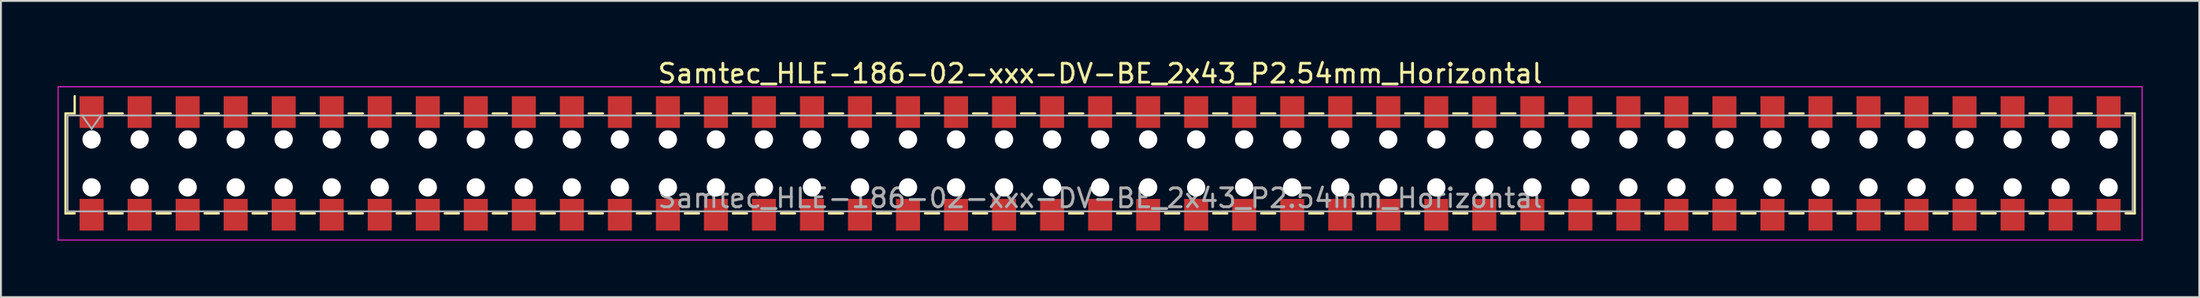
<source format=kicad_pcb>
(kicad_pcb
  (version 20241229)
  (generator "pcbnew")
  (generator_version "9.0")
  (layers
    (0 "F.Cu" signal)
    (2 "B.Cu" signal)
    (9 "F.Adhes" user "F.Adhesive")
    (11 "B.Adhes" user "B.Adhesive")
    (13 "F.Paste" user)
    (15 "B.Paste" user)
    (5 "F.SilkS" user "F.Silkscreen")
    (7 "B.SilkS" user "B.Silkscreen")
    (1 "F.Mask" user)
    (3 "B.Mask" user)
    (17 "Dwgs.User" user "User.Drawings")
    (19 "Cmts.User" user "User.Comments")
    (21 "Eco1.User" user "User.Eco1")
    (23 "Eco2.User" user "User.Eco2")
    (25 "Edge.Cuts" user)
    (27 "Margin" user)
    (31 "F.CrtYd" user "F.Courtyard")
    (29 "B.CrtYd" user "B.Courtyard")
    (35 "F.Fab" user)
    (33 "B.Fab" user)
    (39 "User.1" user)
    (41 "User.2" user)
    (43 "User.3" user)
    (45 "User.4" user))
  (footprint "Samtec_HLE-186-02-xxx-DV-BE_2x43_P2.54mm_Horizontal"
    (layer "F.Cu")
    (at 55.135 5.608)
    (property "Reference" "Samtec_HLE-186-02-xxx-DV-BE_2x43_P2.54mm_Horizontal" (at 0 -4.76 0) (layer "F.SilkS") (effects (font (size 1 1) (thickness 0.15))))
    (attr smd)
    (fp_line (start -54.72 -2.65) (end -54.72 2.65) (stroke (width 0.12) (type solid)) (layer "F.SilkS"))
    (fp_line (start -54.72 2.65) (end -54.235 2.65) (stroke (width 0.12) (type solid)) (layer "F.SilkS"))
    (fp_line (start -54.235 -3.56) (end -54.235 -2.65) (stroke (width 0.12) (type solid)) (layer "F.SilkS"))
    (fp_line (start -54.235 -2.65) (end -54.72 -2.65) (stroke (width 0.12) (type solid)) (layer "F.SilkS"))
    (fp_line (start -52.445 -2.65) (end -51.695 -2.65) (stroke (width 0.12) (type solid)) (layer "F.SilkS"))
    (fp_line (start -52.445 2.65) (end -51.695 2.65) (stroke (width 0.12) (type solid)) (layer "F.SilkS"))
    (fp_line (start -49.905 -2.65) (end -49.155 -2.65) (stroke (width 0.12) (type solid)) (layer "F.SilkS"))
    (fp_line (start -49.905 2.65) (end -49.155 2.65) (stroke (width 0.12) (type solid)) (layer "F.SilkS"))
    (fp_line (start -47.365 -2.65) (end -46.615 -2.65) (stroke (width 0.12) (type solid)) (layer "F.SilkS"))
    (fp_line (start -47.365 2.65) (end -46.615 2.65) (stroke (width 0.12) (type solid)) (layer "F.SilkS"))
    (fp_line (start -44.825 -2.65) (end -44.075 -2.65) (stroke (width 0.12) (type solid)) (layer "F.SilkS"))
    (fp_line (start -44.825 2.65) (end -44.075 2.65) (stroke (width 0.12) (type solid)) (layer "F.SilkS"))
    (fp_line (start -42.285 -2.65) (end -41.535 -2.65) (stroke (width 0.12) (type solid)) (layer "F.SilkS"))
    (fp_line (start -42.285 2.65) (end -41.535 2.65) (stroke (width 0.12) (type solid)) (layer "F.SilkS"))
    (fp_line (start -39.745 -2.65) (end -38.995 -2.65) (stroke (width 0.12) (type solid)) (layer "F.SilkS"))
    (fp_line (start -39.745 2.65) (end -38.995 2.65) (stroke (width 0.12) (type solid)) (layer "F.SilkS"))
    (fp_line (start -37.205 -2.65) (end -36.455 -2.65) (stroke (width 0.12) (type solid)) (layer "F.SilkS"))
    (fp_line (start -37.205 2.65) (end -36.455 2.65) (stroke (width 0.12) (type solid)) (layer "F.SilkS"))
    (fp_line (start -34.665 -2.65) (end -33.915 -2.65) (stroke (width 0.12) (type solid)) (layer "F.SilkS"))
    (fp_line (start -34.665 2.65) (end -33.915 2.65) (stroke (width 0.12) (type solid)) (layer "F.SilkS"))
    (fp_line (start -32.125 -2.65) (end -31.375 -2.65) (stroke (width 0.12) (type solid)) (layer "F.SilkS"))
    (fp_line (start -32.125 2.65) (end -31.375 2.65) (stroke (width 0.12) (type solid)) (layer "F.SilkS"))
    (fp_line (start -29.585 -2.65) (end -28.835 -2.65) (stroke (width 0.12) (type solid)) (layer "F.SilkS"))
    (fp_line (start -29.585 2.65) (end -28.835 2.65) (stroke (width 0.12) (type solid)) (layer "F.SilkS"))
    (fp_line (start -27.045 -2.65) (end -26.295 -2.65) (stroke (width 0.12) (type solid)) (layer "F.SilkS"))
    (fp_line (start -27.045 2.65) (end -26.295 2.65) (stroke (width 0.12) (type solid)) (layer "F.SilkS"))
    (fp_line (start -24.505 -2.65) (end -23.755 -2.65) (stroke (width 0.12) (type solid)) (layer "F.SilkS"))
    (fp_line (start -24.505 2.65) (end -23.755 2.65) (stroke (width 0.12) (type solid)) (layer "F.SilkS"))
    (fp_line (start -21.965 -2.65) (end -21.215 -2.65) (stroke (width 0.12) (type solid)) (layer "F.SilkS"))
    (fp_line (start -21.965 2.65) (end -21.215 2.65) (stroke (width 0.12) (type solid)) (layer "F.SilkS"))
    (fp_line (start -19.425 -2.65) (end -18.675 -2.65) (stroke (width 0.12) (type solid)) (layer "F.SilkS"))
    (fp_line (start -19.425 2.65) (end -18.675 2.65) (stroke (width 0.12) (type solid)) (layer "F.SilkS"))
    (fp_line (start -16.885 -2.65) (end -16.135 -2.65) (stroke (width 0.12) (type solid)) (layer "F.SilkS"))
    (fp_line (start -16.885 2.65) (end -16.135 2.65) (stroke (width 0.12) (type solid)) (layer "F.SilkS"))
    (fp_line (start -14.345 -2.65) (end -13.595 -2.65) (stroke (width 0.12) (type solid)) (layer "F.SilkS"))
    (fp_line (start -14.345 2.65) (end -13.595 2.65) (stroke (width 0.12) (type solid)) (layer "F.SilkS"))
    (fp_line (start -11.805 -2.65) (end -11.055 -2.65) (stroke (width 0.12) (type solid)) (layer "F.SilkS"))
    (fp_line (start -11.805 2.65) (end -11.055 2.65) (stroke (width 0.12) (type solid)) (layer "F.SilkS"))
    (fp_line (start -9.265 -2.65) (end -8.515 -2.65) (stroke (width 0.12) (type solid)) (layer "F.SilkS"))
    (fp_line (start -9.265 2.65) (end -8.515 2.65) (stroke (width 0.12) (type solid)) (layer "F.SilkS"))
    (fp_line (start -6.725 -2.65) (end -5.975 -2.65) (stroke (width 0.12) (type solid)) (layer "F.SilkS"))
    (fp_line (start -6.725 2.65) (end -5.975 2.65) (stroke (width 0.12) (type solid)) (layer "F.SilkS"))
    (fp_line (start -4.185 -2.65) (end -3.435 -2.65) (stroke (width 0.12) (type solid)) (layer "F.SilkS"))
    (fp_line (start -4.185 2.65) (end -3.435 2.65) (stroke (width 0.12) (type solid)) (layer "F.SilkS"))
    (fp_line (start -1.645 -2.65) (end -0.895 -2.65) (stroke (width 0.12) (type solid)) (layer "F.SilkS"))
    (fp_line (start -1.645 2.65) (end -0.895 2.65) (stroke (width 0.12) (type solid)) (layer "F.SilkS"))
    (fp_line (start 0.895 -2.65) (end 1.645 -2.65) (stroke (width 0.12) (type solid)) (layer "F.SilkS"))
    (fp_line (start 0.895 2.65) (end 1.645 2.65) (stroke (width 0.12) (type solid)) (layer "F.SilkS"))
    (fp_line (start 3.435 -2.65) (end 4.185 -2.65) (stroke (width 0.12) (type solid)) (layer "F.SilkS"))
    (fp_line (start 3.435 2.65) (end 4.185 2.65) (stroke (width 0.12) (type solid)) (layer "F.SilkS"))
    (fp_line (start 5.975 -2.65) (end 6.725 -2.65) (stroke (width 0.12) (type solid)) (layer "F.SilkS"))
    (fp_line (start 5.975 2.65) (end 6.725 2.65) (stroke (width 0.12) (type solid)) (layer "F.SilkS"))
    (fp_line (start 8.515 -2.65) (end 9.265 -2.65) (stroke (width 0.12) (type solid)) (layer "F.SilkS"))
    (fp_line (start 8.515 2.65) (end 9.265 2.65) (stroke (width 0.12) (type solid)) (layer "F.SilkS"))
    (fp_line (start 11.055 -2.65) (end 11.805 -2.65) (stroke (width 0.12) (type solid)) (layer "F.SilkS"))
    (fp_line (start 11.055 2.65) (end 11.805 2.65) (stroke (width 0.12) (type solid)) (layer "F.SilkS"))
    (fp_line (start 13.595 -2.65) (end 14.345 -2.65) (stroke (width 0.12) (type solid)) (layer "F.SilkS"))
    (fp_line (start 13.595 2.65) (end 14.345 2.65) (stroke (width 0.12) (type solid)) (layer "F.SilkS"))
    (fp_line (start 16.135 -2.65) (end 16.885 -2.65) (stroke (width 0.12) (type solid)) (layer "F.SilkS"))
    (fp_line (start 16.135 2.65) (end 16.885 2.65) (stroke (width 0.12) (type solid)) (layer "F.SilkS"))
    (fp_line (start 18.675 -2.65) (end 19.425 -2.65) (stroke (width 0.12) (type solid)) (layer "F.SilkS"))
    (fp_line (start 18.675 2.65) (end 19.425 2.65) (stroke (width 0.12) (type solid)) (layer "F.SilkS"))
    (fp_line (start 21.215 -2.65) (end 21.965 -2.65) (stroke (width 0.12) (type solid)) (layer "F.SilkS"))
    (fp_line (start 21.215 2.65) (end 21.965 2.65) (stroke (width 0.12) (type solid)) (layer "F.SilkS"))
    (fp_line (start 23.755 -2.65) (end 24.505 -2.65) (stroke (width 0.12) (type solid)) (layer "F.SilkS"))
    (fp_line (start 23.755 2.65) (end 24.505 2.65) (stroke (width 0.12) (type solid)) (layer "F.SilkS"))
    (fp_line (start 26.295 -2.65) (end 27.045 -2.65) (stroke (width 0.12) (type solid)) (layer "F.SilkS"))
    (fp_line (start 26.295 2.65) (end 27.045 2.65) (stroke (width 0.12) (type solid)) (layer "F.SilkS"))
    (fp_line (start 28.835 -2.65) (end 29.585 -2.65) (stroke (width 0.12) (type solid)) (layer "F.SilkS"))
    (fp_line (start 28.835 2.65) (end 29.585 2.65) (stroke (width 0.12) (type solid)) (layer "F.SilkS"))
    (fp_line (start 31.375 -2.65) (end 32.125 -2.65) (stroke (width 0.12) (type solid)) (layer "F.SilkS"))
    (fp_line (start 31.375 2.65) (end 32.125 2.65) (stroke (width 0.12) (type solid)) (layer "F.SilkS"))
    (fp_line (start 33.915 -2.65) (end 34.665 -2.65) (stroke (width 0.12) (type solid)) (layer "F.SilkS"))
    (fp_line (start 33.915 2.65) (end 34.665 2.65) (stroke (width 0.12) (type solid)) (layer "F.SilkS"))
    (fp_line (start 36.455 -2.65) (end 37.205 -2.65) (stroke (width 0.12) (type solid)) (layer "F.SilkS"))
    (fp_line (start 36.455 2.65) (end 37.205 2.65) (stroke (width 0.12) (type solid)) (layer "F.SilkS"))
    (fp_line (start 38.995 -2.65) (end 39.745 -2.65) (stroke (width 0.12) (type solid)) (layer "F.SilkS"))
    (fp_line (start 38.995 2.65) (end 39.745 2.65) (stroke (width 0.12) (type solid)) (layer "F.SilkS"))
    (fp_line (start 41.535 -2.65) (end 42.285 -2.65) (stroke (width 0.12) (type solid)) (layer "F.SilkS"))
    (fp_line (start 41.535 2.65) (end 42.285 2.65) (stroke (width 0.12) (type solid)) (layer "F.SilkS"))
    (fp_line (start 44.075 -2.65) (end 44.825 -2.65) (stroke (width 0.12) (type solid)) (layer "F.SilkS"))
    (fp_line (start 44.075 2.65) (end 44.825 2.65) (stroke (width 0.12) (type solid)) (layer "F.SilkS"))
    (fp_line (start 46.615 -2.65) (end 47.365 -2.65) (stroke (width 0.12) (type solid)) (layer "F.SilkS"))
    (fp_line (start 46.615 2.65) (end 47.365 2.65) (stroke (width 0.12) (type solid)) (layer "F.SilkS"))
    (fp_line (start 49.155 -2.65) (end 49.905 -2.65) (stroke (width 0.12) (type solid)) (layer "F.SilkS"))
    (fp_line (start 49.155 2.65) (end 49.905 2.65) (stroke (width 0.12) (type solid)) (layer "F.SilkS"))
    (fp_line (start 51.695 -2.65) (end 52.445 -2.65) (stroke (width 0.12) (type solid)) (layer "F.SilkS"))
    (fp_line (start 51.695 2.65) (end 52.445 2.65) (stroke (width 0.12) (type solid)) (layer "F.SilkS"))
    (fp_line (start 54.235 -2.65) (end 54.72 -2.65) (stroke (width 0.12) (type solid)) (layer "F.SilkS"))
    (fp_line (start 54.72 -2.65) (end 54.72 2.65) (stroke (width 0.12) (type solid)) (layer "F.SilkS"))
    (fp_line (start 54.72 2.65) (end 54.235 2.65) (stroke (width 0.12) (type solid)) (layer "F.SilkS"))
    (fp_line (start -55.11 -4.06) (end 55.11 -4.06) (stroke (width 0.05) (type solid)) (layer "F.CrtYd"))
    (fp_line (start -55.11 4.06) (end -55.11 -4.06) (stroke (width 0.05) (type solid)) (layer "F.CrtYd"))
    (fp_line (start 55.11 -4.06) (end 55.11 4.06) (stroke (width 0.05) (type solid)) (layer "F.CrtYd"))
    (fp_line (start 55.11 4.06) (end -55.11 4.06) (stroke (width 0.05) (type solid)) (layer "F.CrtYd"))
    (fp_line (start -54.61 -2.54) (end 54.61 -2.54) (stroke (width 0.1) (type solid)) (layer "F.Fab"))
    (fp_line (start -54.61 2.54) (end -54.61 -2.54) (stroke (width 0.1) (type solid)) (layer "F.Fab"))
    (fp_line (start -53.84 -2.54) (end -53.34 -1.833) (stroke (width 0.1) (type solid)) (layer "F.Fab"))
    (fp_line (start -53.34 -1.833) (end -52.84 -2.54) (stroke (width 0.1) (type solid)) (layer "F.Fab"))
    (fp_line (start 54.61 -2.54) (end 54.61 2.54) (stroke (width 0.1) (type solid)) (layer "F.Fab"))
    (fp_line (start 54.61 2.54) (end -54.61 2.54) (stroke (width 0.1) (type solid)) (layer "F.Fab"))
    (fp_text user "${REFERENCE}" (at 0 1.84 0) (layer "F.Fab") (effects (font (size 1 1) (thickness 0.15))))
    (pad "" np_thru_hole circle (at -53.34 -1.27) (size 0.97 0.97) (drill 0.97) (layers "*.Cu" "*.Mask"))
    (pad "" np_thru_hole circle (at -53.34 1.27) (size 0.97 0.97) (drill 0.97) (layers "*.Cu" "*.Mask"))
    (pad "" np_thru_hole circle (at -50.8 -1.27) (size 0.97 0.97) (drill 0.97) (layers "*.Cu" "*.Mask"))
    (pad "" np_thru_hole circle (at -50.8 1.27) (size 0.97 0.97) (drill 0.97) (layers "*.Cu" "*.Mask"))
    (pad "" np_thru_hole circle (at -48.26 -1.27) (size 0.97 0.97) (drill 0.97) (layers "*.Cu" "*.Mask"))
    (pad "" np_thru_hole circle (at -48.26 1.27) (size 0.97 0.97) (drill 0.97) (layers "*.Cu" "*.Mask"))
    (pad "" np_thru_hole circle (at -45.72 -1.27) (size 0.97 0.97) (drill 0.97) (layers "*.Cu" "*.Mask"))
    (pad "" np_thru_hole circle (at -45.72 1.27) (size 0.97 0.97) (drill 0.97) (layers "*.Cu" "*.Mask"))
    (pad "" np_thru_hole circle (at -43.18 -1.27) (size 0.97 0.97) (drill 0.97) (layers "*.Cu" "*.Mask"))
    (pad "" np_thru_hole circle (at -43.18 1.27) (size 0.97 0.97) (drill 0.97) (layers "*.Cu" "*.Mask"))
    (pad "" np_thru_hole circle (at -40.64 -1.27) (size 0.97 0.97) (drill 0.97) (layers "*.Cu" "*.Mask"))
    (pad "" np_thru_hole circle (at -40.64 1.27) (size 0.97 0.97) (drill 0.97) (layers "*.Cu" "*.Mask"))
    (pad "" np_thru_hole circle (at -38.1 -1.27) (size 0.97 0.97) (drill 0.97) (layers "*.Cu" "*.Mask"))
    (pad "" np_thru_hole circle (at -38.1 1.27) (size 0.97 0.97) (drill 0.97) (layers "*.Cu" "*.Mask"))
    (pad "" np_thru_hole circle (at -35.56 -1.27) (size 0.97 0.97) (drill 0.97) (layers "*.Cu" "*.Mask"))
    (pad "" np_thru_hole circle (at -35.56 1.27) (size 0.97 0.97) (drill 0.97) (layers "*.Cu" "*.Mask"))
    (pad "" np_thru_hole circle (at -33.02 -1.27) (size 0.97 0.97) (drill 0.97) (layers "*.Cu" "*.Mask"))
    (pad "" np_thru_hole circle (at -33.02 1.27) (size 0.97 0.97) (drill 0.97) (layers "*.Cu" "*.Mask"))
    (pad "" np_thru_hole circle (at -30.48 -1.27) (size 0.97 0.97) (drill 0.97) (layers "*.Cu" "*.Mask"))
    (pad "" np_thru_hole circle (at -30.48 1.27) (size 0.97 0.97) (drill 0.97) (layers "*.Cu" "*.Mask"))
    (pad "" np_thru_hole circle (at -27.94 -1.27) (size 0.97 0.97) (drill 0.97) (layers "*.Cu" "*.Mask"))
    (pad "" np_thru_hole circle (at -27.94 1.27) (size 0.97 0.97) (drill 0.97) (layers "*.Cu" "*.Mask"))
    (pad "" np_thru_hole circle (at -25.4 -1.27) (size 0.97 0.97) (drill 0.97) (layers "*.Cu" "*.Mask"))
    (pad "" np_thru_hole circle (at -25.4 1.27) (size 0.97 0.97) (drill 0.97) (layers "*.Cu" "*.Mask"))
    (pad "" np_thru_hole circle (at -22.86 -1.27) (size 0.97 0.97) (drill 0.97) (layers "*.Cu" "*.Mask"))
    (pad "" np_thru_hole circle (at -22.86 1.27) (size 0.97 0.97) (drill 0.97) (layers "*.Cu" "*.Mask"))
    (pad "" np_thru_hole circle (at -20.32 -1.27) (size 0.97 0.97) (drill 0.97) (layers "*.Cu" "*.Mask"))
    (pad "" np_thru_hole circle (at -20.32 1.27) (size 0.97 0.97) (drill 0.97) (layers "*.Cu" "*.Mask"))
    (pad "" np_thru_hole circle (at -17.78 -1.27) (size 0.97 0.97) (drill 0.97) (layers "*.Cu" "*.Mask"))
    (pad "" np_thru_hole circle (at -17.78 1.27) (size 0.97 0.97) (drill 0.97) (layers "*.Cu" "*.Mask"))
    (pad "" np_thru_hole circle (at -15.24 -1.27) (size 0.97 0.97) (drill 0.97) (layers "*.Cu" "*.Mask"))
    (pad "" np_thru_hole circle (at -15.24 1.27) (size 0.97 0.97) (drill 0.97) (layers "*.Cu" "*.Mask"))
    (pad "" np_thru_hole circle (at -12.7 -1.27) (size 0.97 0.97) (drill 0.97) (layers "*.Cu" "*.Mask"))
    (pad "" np_thru_hole circle (at -12.7 1.27) (size 0.97 0.97) (drill 0.97) (layers "*.Cu" "*.Mask"))
    (pad "" np_thru_hole circle (at -10.16 -1.27) (size 0.97 0.97) (drill 0.97) (layers "*.Cu" "*.Mask"))
    (pad "" np_thru_hole circle (at -10.16 1.27) (size 0.97 0.97) (drill 0.97) (layers "*.Cu" "*.Mask"))
    (pad "" np_thru_hole circle (at -7.62 -1.27) (size 0.97 0.97) (drill 0.97) (layers "*.Cu" "*.Mask"))
    (pad "" np_thru_hole circle (at -7.62 1.27) (size 0.97 0.97) (drill 0.97) (layers "*.Cu" "*.Mask"))
    (pad "" np_thru_hole circle (at -5.08 -1.27) (size 0.97 0.97) (drill 0.97) (layers "*.Cu" "*.Mask"))
    (pad "" np_thru_hole circle (at -5.08 1.27) (size 0.97 0.97) (drill 0.97) (layers "*.Cu" "*.Mask"))
    (pad "" np_thru_hole circle (at -2.54 -1.27) (size 0.97 0.97) (drill 0.97) (layers "*.Cu" "*.Mask"))
    (pad "" np_thru_hole circle (at -2.54 1.27) (size 0.97 0.97) (drill 0.97) (layers "*.Cu" "*.Mask"))
    (pad "" np_thru_hole circle (at 0 -1.27) (size 0.97 0.97) (drill 0.97) (layers "*.Cu" "*.Mask"))
    (pad "" np_thru_hole circle (at 0 1.27) (size 0.97 0.97) (drill 0.97) (layers "*.Cu" "*.Mask"))
    (pad "" np_thru_hole circle (at 2.54 -1.27) (size 0.97 0.97) (drill 0.97) (layers "*.Cu" "*.Mask"))
    (pad "" np_thru_hole circle (at 2.54 1.27) (size 0.97 0.97) (drill 0.97) (layers "*.Cu" "*.Mask"))
    (pad "" np_thru_hole circle (at 5.08 -1.27) (size 0.97 0.97) (drill 0.97) (layers "*.Cu" "*.Mask"))
    (pad "" np_thru_hole circle (at 5.08 1.27) (size 0.97 0.97) (drill 0.97) (layers "*.Cu" "*.Mask"))
    (pad "" np_thru_hole circle (at 7.62 -1.27) (size 0.97 0.97) (drill 0.97) (layers "*.Cu" "*.Mask"))
    (pad "" np_thru_hole circle (at 7.62 1.27) (size 0.97 0.97) (drill 0.97) (layers "*.Cu" "*.Mask"))
    (pad "" np_thru_hole circle (at 10.16 -1.27) (size 0.97 0.97) (drill 0.97) (layers "*.Cu" "*.Mask"))
    (pad "" np_thru_hole circle (at 10.16 1.27) (size 0.97 0.97) (drill 0.97) (layers "*.Cu" "*.Mask"))
    (pad "" np_thru_hole circle (at 12.7 -1.27) (size 0.97 0.97) (drill 0.97) (layers "*.Cu" "*.Mask"))
    (pad "" np_thru_hole circle (at 12.7 1.27) (size 0.97 0.97) (drill 0.97) (layers "*.Cu" "*.Mask"))
    (pad "" np_thru_hole circle (at 15.24 -1.27) (size 0.97 0.97) (drill 0.97) (layers "*.Cu" "*.Mask"))
    (pad "" np_thru_hole circle (at 15.24 1.27) (size 0.97 0.97) (drill 0.97) (layers "*.Cu" "*.Mask"))
    (pad "" np_thru_hole circle (at 17.78 -1.27) (size 0.97 0.97) (drill 0.97) (layers "*.Cu" "*.Mask"))
    (pad "" np_thru_hole circle (at 17.78 1.27) (size 0.97 0.97) (drill 0.97) (layers "*.Cu" "*.Mask"))
    (pad "" np_thru_hole circle (at 20.32 -1.27) (size 0.97 0.97) (drill 0.97) (layers "*.Cu" "*.Mask"))
    (pad "" np_thru_hole circle (at 20.32 1.27) (size 0.97 0.97) (drill 0.97) (layers "*.Cu" "*.Mask"))
    (pad "" np_thru_hole circle (at 22.86 -1.27) (size 0.97 0.97) (drill 0.97) (layers "*.Cu" "*.Mask"))
    (pad "" np_thru_hole circle (at 22.86 1.27) (size 0.97 0.97) (drill 0.97) (layers "*.Cu" "*.Mask"))
    (pad "" np_thru_hole circle (at 25.4 -1.27) (size 0.97 0.97) (drill 0.97) (layers "*.Cu" "*.Mask"))
    (pad "" np_thru_hole circle (at 25.4 1.27) (size 0.97 0.97) (drill 0.97) (layers "*.Cu" "*.Mask"))
    (pad "" np_thru_hole circle (at 27.94 -1.27) (size 0.97 0.97) (drill 0.97) (layers "*.Cu" "*.Mask"))
    (pad "" np_thru_hole circle (at 27.94 1.27) (size 0.97 0.97) (drill 0.97) (layers "*.Cu" "*.Mask"))
    (pad "" np_thru_hole circle (at 30.48 -1.27) (size 0.97 0.97) (drill 0.97) (layers "*.Cu" "*.Mask"))
    (pad "" np_thru_hole circle (at 30.48 1.27) (size 0.97 0.97) (drill 0.97) (layers "*.Cu" "*.Mask"))
    (pad "" np_thru_hole circle (at 33.02 -1.27) (size 0.97 0.97) (drill 0.97) (layers "*.Cu" "*.Mask"))
    (pad "" np_thru_hole circle (at 33.02 1.27) (size 0.97 0.97) (drill 0.97) (layers "*.Cu" "*.Mask"))
    (pad "" np_thru_hole circle (at 35.56 -1.27) (size 0.97 0.97) (drill 0.97) (layers "*.Cu" "*.Mask"))
    (pad "" np_thru_hole circle (at 35.56 1.27) (size 0.97 0.97) (drill 0.97) (layers "*.Cu" "*.Mask"))
    (pad "" np_thru_hole circle (at 38.1 -1.27) (size 0.97 0.97) (drill 0.97) (layers "*.Cu" "*.Mask"))
    (pad "" np_thru_hole circle (at 38.1 1.27) (size 0.97 0.97) (drill 0.97) (layers "*.Cu" "*.Mask"))
    (pad "" np_thru_hole circle (at 40.64 -1.27) (size 0.97 0.97) (drill 0.97) (layers "*.Cu" "*.Mask"))
    (pad "" np_thru_hole circle (at 40.64 1.27) (size 0.97 0.97) (drill 0.97) (layers "*.Cu" "*.Mask"))
    (pad "" np_thru_hole circle (at 43.18 -1.27) (size 0.97 0.97) (drill 0.97) (layers "*.Cu" "*.Mask"))
    (pad "" np_thru_hole circle (at 43.18 1.27) (size 0.97 0.97) (drill 0.97) (layers "*.Cu" "*.Mask"))
    (pad "" np_thru_hole circle (at 45.72 -1.27) (size 0.97 0.97) (drill 0.97) (layers "*.Cu" "*.Mask"))
    (pad "" np_thru_hole circle (at 45.72 1.27) (size 0.97 0.97) (drill 0.97) (layers "*.Cu" "*.Mask"))
    (pad "" np_thru_hole circle (at 48.26 -1.27) (size 0.97 0.97) (drill 0.97) (layers "*.Cu" "*.Mask"))
    (pad "" np_thru_hole circle (at 48.26 1.27) (size 0.97 0.97) (drill 0.97) (layers "*.Cu" "*.Mask"))
    (pad "" np_thru_hole circle (at 50.8 -1.27) (size 0.97 0.97) (drill 0.97) (layers "*.Cu" "*.Mask"))
    (pad "" np_thru_hole circle (at 50.8 1.27) (size 0.97 0.97) (drill 0.97) (layers "*.Cu" "*.Mask"))
    (pad "" np_thru_hole circle (at 53.34 -1.27) (size 0.97 0.97) (drill 0.97) (layers "*.Cu" "*.Mask"))
    (pad "" np_thru_hole circle (at 53.34 1.27) (size 0.97 0.97) (drill 0.97) (layers "*.Cu" "*.Mask"))
    (pad "1" smd rect (at -53.34 -2.72) (size 1.27 1.68) (layers "F.Cu" "F.Mask" "F.Paste"))
    (pad "2" smd rect (at -53.34 2.72) (size 1.27 1.68) (layers "F.Cu" "F.Mask" "F.Paste"))
    (pad "3" smd rect (at -50.8 -2.72) (size 1.27 1.68) (layers "F.Cu" "F.Mask" "F.Paste"))
    (pad "4" smd rect (at -50.8 2.72) (size 1.27 1.68) (layers "F.Cu" "F.Mask" "F.Paste"))
    (pad "5" smd rect (at -48.26 -2.72) (size 1.27 1.68) (layers "F.Cu" "F.Mask" "F.Paste"))
    (pad "6" smd rect (at -48.26 2.72) (size 1.27 1.68) (layers "F.Cu" "F.Mask" "F.Paste"))
    (pad "7" smd rect (at -45.72 -2.72) (size 1.27 1.68) (layers "F.Cu" "F.Mask" "F.Paste"))
    (pad "8" smd rect (at -45.72 2.72) (size 1.27 1.68) (layers "F.Cu" "F.Mask" "F.Paste"))
    (pad "9" smd rect (at -43.18 -2.72) (size 1.27 1.68) (layers "F.Cu" "F.Mask" "F.Paste"))
    (pad "10" smd rect (at -43.18 2.72) (size 1.27 1.68) (layers "F.Cu" "F.Mask" "F.Paste"))
    (pad "11" smd rect (at -40.64 -2.72) (size 1.27 1.68) (layers "F.Cu" "F.Mask" "F.Paste"))
    (pad "12" smd rect (at -40.64 2.72) (size 1.27 1.68) (layers "F.Cu" "F.Mask" "F.Paste"))
    (pad "13" smd rect (at -38.1 -2.72) (size 1.27 1.68) (layers "F.Cu" "F.Mask" "F.Paste"))
    (pad "14" smd rect (at -38.1 2.72) (size 1.27 1.68) (layers "F.Cu" "F.Mask" "F.Paste"))
    (pad "15" smd rect (at -35.56 -2.72) (size 1.27 1.68) (layers "F.Cu" "F.Mask" "F.Paste"))
    (pad "16" smd rect (at -35.56 2.72) (size 1.27 1.68) (layers "F.Cu" "F.Mask" "F.Paste"))
    (pad "17" smd rect (at -33.02 -2.72) (size 1.27 1.68) (layers "F.Cu" "F.Mask" "F.Paste"))
    (pad "18" smd rect (at -33.02 2.72) (size 1.27 1.68) (layers "F.Cu" "F.Mask" "F.Paste"))
    (pad "19" smd rect (at -30.48 -2.72) (size 1.27 1.68) (layers "F.Cu" "F.Mask" "F.Paste"))
    (pad "20" smd rect (at -30.48 2.72) (size 1.27 1.68) (layers "F.Cu" "F.Mask" "F.Paste"))
    (pad "21" smd rect (at -27.94 -2.72) (size 1.27 1.68) (layers "F.Cu" "F.Mask" "F.Paste"))
    (pad "22" smd rect (at -27.94 2.72) (size 1.27 1.68) (layers "F.Cu" "F.Mask" "F.Paste"))
    (pad "23" smd rect (at -25.4 -2.72) (size 1.27 1.68) (layers "F.Cu" "F.Mask" "F.Paste"))
    (pad "24" smd rect (at -25.4 2.72) (size 1.27 1.68) (layers "F.Cu" "F.Mask" "F.Paste"))
    (pad "25" smd rect (at -22.86 -2.72) (size 1.27 1.68) (layers "F.Cu" "F.Mask" "F.Paste"))
    (pad "26" smd rect (at -22.86 2.72) (size 1.27 1.68) (layers "F.Cu" "F.Mask" "F.Paste"))
    (pad "27" smd rect (at -20.32 -2.72) (size 1.27 1.68) (layers "F.Cu" "F.Mask" "F.Paste"))
    (pad "28" smd rect (at -20.32 2.72) (size 1.27 1.68) (layers "F.Cu" "F.Mask" "F.Paste"))
    (pad "29" smd rect (at -17.78 -2.72) (size 1.27 1.68) (layers "F.Cu" "F.Mask" "F.Paste"))
    (pad "30" smd rect (at -17.78 2.72) (size 1.27 1.68) (layers "F.Cu" "F.Mask" "F.Paste"))
    (pad "31" smd rect (at -15.24 -2.72) (size 1.27 1.68) (layers "F.Cu" "F.Mask" "F.Paste"))
    (pad "32" smd rect (at -15.24 2.72) (size 1.27 1.68) (layers "F.Cu" "F.Mask" "F.Paste"))
    (pad "33" smd rect (at -12.7 -2.72) (size 1.27 1.68) (layers "F.Cu" "F.Mask" "F.Paste"))
    (pad "34" smd rect (at -12.7 2.72) (size 1.27 1.68) (layers "F.Cu" "F.Mask" "F.Paste"))
    (pad "35" smd rect (at -10.16 -2.72) (size 1.27 1.68) (layers "F.Cu" "F.Mask" "F.Paste"))
    (pad "36" smd rect (at -10.16 2.72) (size 1.27 1.68) (layers "F.Cu" "F.Mask" "F.Paste"))
    (pad "37" smd rect (at -7.62 -2.72) (size 1.27 1.68) (layers "F.Cu" "F.Mask" "F.Paste"))
    (pad "38" smd rect (at -7.62 2.72) (size 1.27 1.68) (layers "F.Cu" "F.Mask" "F.Paste"))
    (pad "39" smd rect (at -5.08 -2.72) (size 1.27 1.68) (layers "F.Cu" "F.Mask" "F.Paste"))
    (pad "40" smd rect (at -5.08 2.72) (size 1.27 1.68) (layers "F.Cu" "F.Mask" "F.Paste"))
    (pad "41" smd rect (at -2.54 -2.72) (size 1.27 1.68) (layers "F.Cu" "F.Mask" "F.Paste"))
    (pad "42" smd rect (at -2.54 2.72) (size 1.27 1.68) (layers "F.Cu" "F.Mask" "F.Paste"))
    (pad "43" smd rect (at 0 -2.72) (size 1.27 1.68) (layers "F.Cu" "F.Mask" "F.Paste"))
    (pad "44" smd rect (at 0 2.72) (size 1.27 1.68) (layers "F.Cu" "F.Mask" "F.Paste"))
    (pad "45" smd rect (at 2.54 -2.72) (size 1.27 1.68) (layers "F.Cu" "F.Mask" "F.Paste"))
    (pad "46" smd rect (at 2.54 2.72) (size 1.27 1.68) (layers "F.Cu" "F.Mask" "F.Paste"))
    (pad "47" smd rect (at 5.08 -2.72) (size 1.27 1.68) (layers "F.Cu" "F.Mask" "F.Paste"))
    (pad "48" smd rect (at 5.08 2.72) (size 1.27 1.68) (layers "F.Cu" "F.Mask" "F.Paste"))
    (pad "49" smd rect (at 7.62 -2.72) (size 1.27 1.68) (layers "F.Cu" "F.Mask" "F.Paste"))
    (pad "50" smd rect (at 7.62 2.72) (size 1.27 1.68) (layers "F.Cu" "F.Mask" "F.Paste"))
    (pad "51" smd rect (at 10.16 -2.72) (size 1.27 1.68) (layers "F.Cu" "F.Mask" "F.Paste"))
    (pad "52" smd rect (at 10.16 2.72) (size 1.27 1.68) (layers "F.Cu" "F.Mask" "F.Paste"))
    (pad "53" smd rect (at 12.7 -2.72) (size 1.27 1.68) (layers "F.Cu" "F.Mask" "F.Paste"))
    (pad "54" smd rect (at 12.7 2.72) (size 1.27 1.68) (layers "F.Cu" "F.Mask" "F.Paste"))
    (pad "55" smd rect (at 15.24 -2.72) (size 1.27 1.68) (layers "F.Cu" "F.Mask" "F.Paste"))
    (pad "56" smd rect (at 15.24 2.72) (size 1.27 1.68) (layers "F.Cu" "F.Mask" "F.Paste"))
    (pad "57" smd rect (at 17.78 -2.72) (size 1.27 1.68) (layers "F.Cu" "F.Mask" "F.Paste"))
    (pad "58" smd rect (at 17.78 2.72) (size 1.27 1.68) (layers "F.Cu" "F.Mask" "F.Paste"))
    (pad "59" smd rect (at 20.32 -2.72) (size 1.27 1.68) (layers "F.Cu" "F.Mask" "F.Paste"))
    (pad "60" smd rect (at 20.32 2.72) (size 1.27 1.68) (layers "F.Cu" "F.Mask" "F.Paste"))
    (pad "61" smd rect (at 22.86 -2.72) (size 1.27 1.68) (layers "F.Cu" "F.Mask" "F.Paste"))
    (pad "62" smd rect (at 22.86 2.72) (size 1.27 1.68) (layers "F.Cu" "F.Mask" "F.Paste"))
    (pad "63" smd rect (at 25.4 -2.72) (size 1.27 1.68) (layers "F.Cu" "F.Mask" "F.Paste"))
    (pad "64" smd rect (at 25.4 2.72) (size 1.27 1.68) (layers "F.Cu" "F.Mask" "F.Paste"))
    (pad "65" smd rect (at 27.94 -2.72) (size 1.27 1.68) (layers "F.Cu" "F.Mask" "F.Paste"))
    (pad "66" smd rect (at 27.94 2.72) (size 1.27 1.68) (layers "F.Cu" "F.Mask" "F.Paste"))
    (pad "67" smd rect (at 30.48 -2.72) (size 1.27 1.68) (layers "F.Cu" "F.Mask" "F.Paste"))
    (pad "68" smd rect (at 30.48 2.72) (size 1.27 1.68) (layers "F.Cu" "F.Mask" "F.Paste"))
    (pad "69" smd rect (at 33.02 -2.72) (size 1.27 1.68) (layers "F.Cu" "F.Mask" "F.Paste"))
    (pad "70" smd rect (at 33.02 2.72) (size 1.27 1.68) (layers "F.Cu" "F.Mask" "F.Paste"))
    (pad "71" smd rect (at 35.56 -2.72) (size 1.27 1.68) (layers "F.Cu" "F.Mask" "F.Paste"))
    (pad "72" smd rect (at 35.56 2.72) (size 1.27 1.68) (layers "F.Cu" "F.Mask" "F.Paste"))
    (pad "73" smd rect (at 38.1 -2.72) (size 1.27 1.68) (layers "F.Cu" "F.Mask" "F.Paste"))
    (pad "74" smd rect (at 38.1 2.72) (size 1.27 1.68) (layers "F.Cu" "F.Mask" "F.Paste"))
    (pad "75" smd rect (at 40.64 -2.72) (size 1.27 1.68) (layers "F.Cu" "F.Mask" "F.Paste"))
    (pad "76" smd rect (at 40.64 2.72) (size 1.27 1.68) (layers "F.Cu" "F.Mask" "F.Paste"))
    (pad "77" smd rect (at 43.18 -2.72) (size 1.27 1.68) (layers "F.Cu" "F.Mask" "F.Paste"))
    (pad "78" smd rect (at 43.18 2.72) (size 1.27 1.68) (layers "F.Cu" "F.Mask" "F.Paste"))
    (pad "79" smd rect (at 45.72 -2.72) (size 1.27 1.68) (layers "F.Cu" "F.Mask" "F.Paste"))
    (pad "80" smd rect (at 45.72 2.72) (size 1.27 1.68) (layers "F.Cu" "F.Mask" "F.Paste"))
    (pad "81" smd rect (at 48.26 -2.72) (size 1.27 1.68) (layers "F.Cu" "F.Mask" "F.Paste"))
    (pad "82" smd rect (at 48.26 2.72) (size 1.27 1.68) (layers "F.Cu" "F.Mask" "F.Paste"))
    (pad "83" smd rect (at 50.8 -2.72) (size 1.27 1.68) (layers "F.Cu" "F.Mask" "F.Paste"))
    (pad "84" smd rect (at 50.8 2.72) (size 1.27 1.68) (layers "F.Cu" "F.Mask" "F.Paste"))
    (pad "85" smd rect (at 53.34 -2.72) (size 1.27 1.68) (layers "F.Cu" "F.Mask" "F.Paste"))
    (pad "86" smd rect (at 53.34 2.72) (size 1.27 1.68) (layers "F.Cu" "F.Mask" "F.Paste")))
  (gr_rect
    (start -3 -3)
    (end 113.27 12.693)
    (stroke (width 0.1) (type default))
    (fill no)
    (layer "Edge.Cuts")))
</source>
